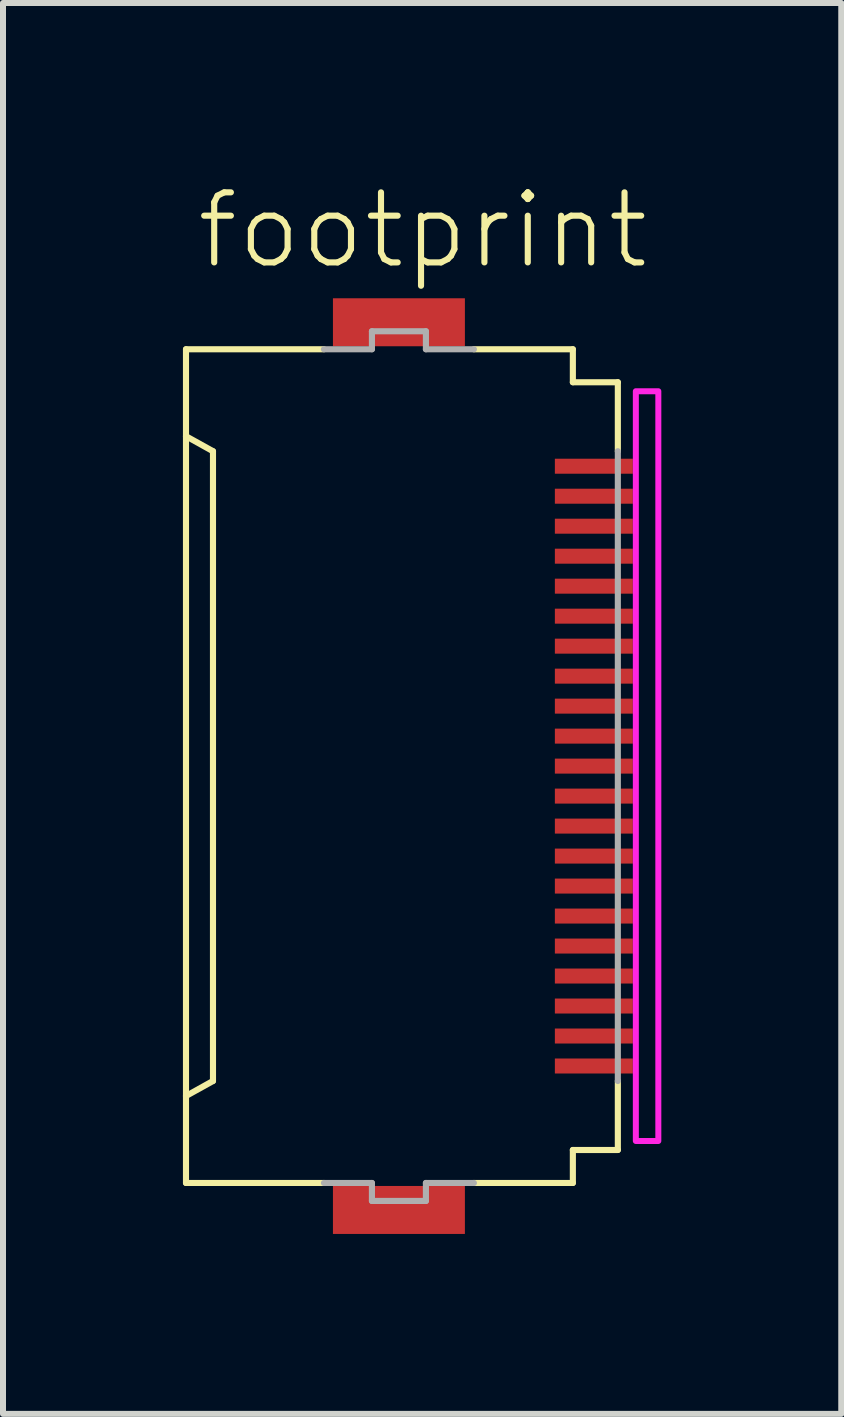
<source format=kicad_pcb>
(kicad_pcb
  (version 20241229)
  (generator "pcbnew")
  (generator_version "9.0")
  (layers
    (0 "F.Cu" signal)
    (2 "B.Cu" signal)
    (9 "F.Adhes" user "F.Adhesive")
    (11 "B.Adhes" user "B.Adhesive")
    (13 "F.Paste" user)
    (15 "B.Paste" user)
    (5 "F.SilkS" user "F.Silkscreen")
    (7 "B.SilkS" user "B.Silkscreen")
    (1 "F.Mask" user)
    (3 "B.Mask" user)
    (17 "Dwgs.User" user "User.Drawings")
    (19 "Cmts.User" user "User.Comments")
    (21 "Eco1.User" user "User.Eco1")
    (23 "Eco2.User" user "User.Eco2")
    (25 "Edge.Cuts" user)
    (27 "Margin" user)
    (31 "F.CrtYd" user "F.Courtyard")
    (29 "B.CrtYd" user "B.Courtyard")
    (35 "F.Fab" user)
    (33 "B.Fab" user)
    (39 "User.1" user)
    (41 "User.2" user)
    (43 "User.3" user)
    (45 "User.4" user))
  (footprint "footprint"
    (layer "F.Cu")
    (at 3.676 9.723)
    (property "Reference" "footprint" (at -3.5 -8.25 0) (layer "F.SilkS") (effects (font (size 1.168 1.168) (thickness 0.102)) (justify left bottom)))
    (fp_poly (pts (xy 2.475 -4.825) (xy 3.875 -4.825) (xy 3.875 -5.175) (xy 2.475 -5.175)) (stroke (width 0) (type solid)) (fill yes) (layer "F.Mask"))
    (fp_poly (pts (xy 2.475 -4.325) (xy 3.875 -4.325) (xy 3.875 -4.675) (xy 2.475 -4.675)) (stroke (width 0) (type solid)) (fill yes) (layer "F.Mask"))
    (fp_poly (pts (xy 2.475 -3.825) (xy 3.875 -3.825) (xy 3.875 -4.175) (xy 2.475 -4.175)) (stroke (width 0) (type solid)) (fill yes) (layer "F.Mask"))
    (fp_poly (pts (xy 2.475 -3.325) (xy 3.875 -3.325) (xy 3.875 -3.675) (xy 2.475 -3.675)) (stroke (width 0) (type solid)) (fill yes) (layer "F.Mask"))
    (fp_poly (pts (xy 2.475 -2.825) (xy 3.875 -2.825) (xy 3.875 -3.175) (xy 2.475 -3.175)) (stroke (width 0) (type solid)) (fill yes) (layer "F.Mask"))
    (fp_poly (pts (xy 2.475 -2.325) (xy 3.875 -2.325) (xy 3.875 -2.675) (xy 2.475 -2.675)) (stroke (width 0) (type solid)) (fill yes) (layer "F.Mask"))
    (fp_poly (pts (xy 2.475 -1.825) (xy 3.875 -1.825) (xy 3.875 -2.175) (xy 2.475 -2.175)) (stroke (width 0) (type solid)) (fill yes) (layer "F.Mask"))
    (fp_poly (pts (xy 2.475 -1.325) (xy 3.875 -1.325) (xy 3.875 -1.675) (xy 2.475 -1.675)) (stroke (width 0) (type solid)) (fill yes) (layer "F.Mask"))
    (fp_poly (pts (xy 2.475 -0.825) (xy 3.875 -0.825) (xy 3.875 -1.175) (xy 2.475 -1.175)) (stroke (width 0) (type solid)) (fill yes) (layer "F.Mask"))
    (fp_poly (pts (xy 2.475 -0.325) (xy 3.875 -0.325) (xy 3.875 -0.675) (xy 2.475 -0.675)) (stroke (width 0) (type solid)) (fill yes) (layer "F.Mask"))
    (fp_poly (pts (xy 2.475 0.175) (xy 3.875 0.175) (xy 3.875 -0.175) (xy 2.475 -0.175)) (stroke (width 0) (type solid)) (fill yes) (layer "F.Mask"))
    (fp_poly (pts (xy 2.475 0.675) (xy 3.875 0.675) (xy 3.875 0.325) (xy 2.475 0.325)) (stroke (width 0) (type solid)) (fill yes) (layer "F.Mask"))
    (fp_poly (pts (xy 2.475 1.175) (xy 3.875 1.175) (xy 3.875 0.825) (xy 2.475 0.825)) (stroke (width 0) (type solid)) (fill yes) (layer "F.Mask"))
    (fp_poly (pts (xy 2.475 1.675) (xy 3.875 1.675) (xy 3.875 1.325) (xy 2.475 1.325)) (stroke (width 0) (type solid)) (fill yes) (layer "F.Mask"))
    (fp_poly (pts (xy 2.475 2.175) (xy 3.875 2.175) (xy 3.875 1.825) (xy 2.475 1.825)) (stroke (width 0) (type solid)) (fill yes) (layer "F.Mask"))
    (fp_poly (pts (xy 2.475 2.675) (xy 3.875 2.675) (xy 3.875 2.325) (xy 2.475 2.325)) (stroke (width 0) (type solid)) (fill yes) (layer "F.Mask"))
    (fp_poly (pts (xy 2.475 3.175) (xy 3.875 3.175) (xy 3.875 2.825) (xy 2.475 2.825)) (stroke (width 0) (type solid)) (fill yes) (layer "F.Mask"))
    (fp_poly (pts (xy 2.475 3.675) (xy 3.875 3.675) (xy 3.875 3.325) (xy 2.475 3.325)) (stroke (width 0) (type solid)) (fill yes) (layer "F.Mask"))
    (fp_poly (pts (xy 2.475 4.175) (xy 3.875 4.175) (xy 3.875 3.825) (xy 2.475 3.825)) (stroke (width 0) (type solid)) (fill yes) (layer "F.Mask"))
    (fp_poly (pts (xy 2.475 4.675) (xy 3.875 4.675) (xy 3.875 4.325) (xy 2.475 4.325)) (stroke (width 0) (type solid)) (fill yes) (layer "F.Mask"))
    (fp_poly (pts (xy 2.475 5.175) (xy 3.875 5.175) (xy 3.875 4.825) (xy 2.475 4.825)) (stroke (width 0) (type solid)) (fill yes) (layer "F.Mask"))
    (fp_line (start -3.625 -6.95) (end -1.325 -6.95) (stroke (width 0.102) (type solid)) (layer "F.SilkS"))
    (fp_line (start -3.625 -5.5) (end -3.625 -6.95) (stroke (width 0.102) (type solid)) (layer "F.SilkS"))
    (fp_line (start -3.625 -5.5) (end -3.625 5.5) (stroke (width 0.102) (type solid)) (layer "F.SilkS"))
    (fp_line (start -3.625 5.5) (end -3.175 5.25) (stroke (width 0.102) (type solid)) (layer "F.SilkS"))
    (fp_line (start -3.625 6.95) (end -3.625 5.5) (stroke (width 0.102) (type solid)) (layer "F.SilkS"))
    (fp_line (start -3.175 -5.25) (end -3.625 -5.5) (stroke (width 0.102) (type solid)) (layer "F.SilkS"))
    (fp_line (start -3.175 5.25) (end -3.175 -5.25) (stroke (width 0.102) (type solid)) (layer "F.SilkS"))
    (fp_line (start -1.325 6.95) (end -3.625 6.95) (stroke (width 0.102) (type solid)) (layer "F.SilkS"))
    (fp_line (start 1.175 -6.95) (end 2.825 -6.95) (stroke (width 0.102) (type solid)) (layer "F.SilkS"))
    (fp_line (start 1.175 6.95) (end 2.825 6.95) (stroke (width 0.102) (type solid)) (layer "F.SilkS"))
    (fp_line (start 2.825 -6.95) (end 2.825 -6.4) (stroke (width 0.102) (type solid)) (layer "F.SilkS"))
    (fp_line (start 2.825 -6.4) (end 3.575 -6.4) (stroke (width 0.102) (type solid)) (layer "F.SilkS"))
    (fp_line (start 2.825 6.4) (end 2.825 6.95) (stroke (width 0.102) (type solid)) (layer "F.SilkS"))
    (fp_line (start 2.825 6.4) (end 3.575 6.4) (stroke (width 0.102) (type solid)) (layer "F.SilkS"))
    (fp_line (start 3.575 -6.4) (end 3.575 -5.25) (stroke (width 0.102) (type solid)) (layer "F.SilkS"))
    (fp_line (start 3.575 5.25) (end 3.575 6.4) (stroke (width 0.102) (type solid)) (layer "F.SilkS"))
    (fp_poly (pts (xy 3.875 6.25) (xy 4.25 6.25) (xy 4.25 -6.25) (xy 3.875 -6.25)) (stroke (width 0.1) (type solid)) (fill no) (layer "F.CrtYd"))
    (fp_line (start -1.325 -6.95) (end -0.525 -6.95) (stroke (width 0.102) (type solid)) (layer "F.Fab"))
    (fp_line (start -0.525 -7.25) (end 0.375 -7.25) (stroke (width 0.102) (type solid)) (layer "F.Fab"))
    (fp_line (start -0.525 -6.95) (end -0.525 -7.25) (stroke (width 0.102) (type solid)) (layer "F.Fab"))
    (fp_line (start -0.525 6.95) (end -1.325 6.95) (stroke (width 0.102) (type solid)) (layer "F.Fab"))
    (fp_line (start -0.525 7.25) (end -0.525 6.95) (stroke (width 0.102) (type solid)) (layer "F.Fab"))
    (fp_line (start 0.375 -7.25) (end 0.375 -6.95) (stroke (width 0.102) (type solid)) (layer "F.Fab"))
    (fp_line (start 0.375 -6.95) (end 1.175 -6.95) (stroke (width 0.102) (type solid)) (layer "F.Fab"))
    (fp_line (start 0.375 6.95) (end 0.375 7.25) (stroke (width 0.102) (type solid)) (layer "F.Fab"))
    (fp_line (start 0.375 7.25) (end -0.525 7.25) (stroke (width 0.102) (type solid)) (layer "F.Fab"))
    (fp_line (start 1.175 6.95) (end 0.375 6.95) (stroke (width 0.102) (type solid)) (layer "F.Fab"))
    (fp_line (start 3.575 -5.25) (end 3.575 5.25) (stroke (width 0.102) (type solid)) (layer "F.Fab"))
    (pad "1" smd rect (at 3.175 -5) (size 1.3 0.25) (layers "F.Cu" "F.Paste"))
    (pad "2" smd rect (at 3.175 -4.5) (size 1.3 0.25) (layers "F.Cu" "F.Paste"))
    (pad "3" smd rect (at 3.175 -4) (size 1.3 0.25) (layers "F.Cu" "F.Paste"))
    (pad "4" smd rect (at 3.175 -3.5) (size 1.3 0.25) (layers "F.Cu" "F.Paste"))
    (pad "5" smd rect (at 3.175 -3) (size 1.3 0.25) (layers "F.Cu" "F.Paste"))
    (pad "6" smd rect (at 3.175 -2.5) (size 1.3 0.25) (layers "F.Cu" "F.Paste"))
    (pad "7" smd rect (at 3.175 -2) (size 1.3 0.25) (layers "F.Cu" "F.Paste"))
    (pad "8" smd rect (at 3.175 -1.5) (size 1.3 0.25) (layers "F.Cu" "F.Paste"))
    (pad "9" smd rect (at 3.175 -1) (size 1.3 0.25) (layers "F.Cu" "F.Paste"))
    (pad "10" smd rect (at 3.175 -0.5) (size 1.3 0.25) (layers "F.Cu" "F.Paste"))
    (pad "11" smd rect (at 3.175 0) (size 1.3 0.25) (layers "F.Cu" "F.Paste"))
    (pad "12" smd rect (at 3.175 0.5) (size 1.3 0.25) (layers "F.Cu" "F.Paste"))
    (pad "13" smd rect (at 3.175 1) (size 1.3 0.25) (layers "F.Cu" "F.Paste"))
    (pad "14" smd rect (at 3.175 1.5) (size 1.3 0.25) (layers "F.Cu" "F.Paste"))
    (pad "15" smd rect (at 3.175 2) (size 1.3 0.25) (layers "F.Cu" "F.Paste"))
    (pad "16" smd rect (at 3.175 2.5) (size 1.3 0.25) (layers "F.Cu" "F.Paste"))
    (pad "17" smd rect (at 3.175 3) (size 1.3 0.25) (layers "F.Cu" "F.Paste"))
    (pad "18" smd rect (at 3.175 3.5) (size 1.3 0.25) (layers "F.Cu" "F.Paste"))
    (pad "19" smd rect (at 3.175 4) (size 1.3 0.25) (layers "F.Cu" "F.Paste"))
    (pad "20" smd rect (at 3.175 4.5) (size 1.3 0.25) (layers "F.Cu" "F.Paste"))
    (pad "21" smd rect (at 3.175 5) (size 1.3 0.25) (layers "F.Cu" "F.Paste"))
    (pad "M1" smd rect (at -0.075 -7.4) (size 2.2 0.8) (layers "F.Cu" "F.Mask" "F.Paste"))
    (pad "M2" smd rect (at -0.075 7.4) (size 2.2 0.8) (layers "F.Cu" "F.Mask" "F.Paste"))
    (zone (net_name "") (layers "F.Cu" "B.Cu") (hatch edge 0.508) (connect_pads) (min_thickness 0.254) (filled_areas_thickness no) (keepout (tracks allowed) (vias not_allowed) (pads allowed) (copperpour allowed) (footprints allowed)) (placement (enabled no)) (fill) (polygon (pts (xy 3.901 14.973) (xy 6.151 14.973) (xy 6.151 4.473) (xy 3.901 4.473)))))
  (gr_rect
    (start -3 -3)
    (end 10.976 20.523)
    (stroke (width 0.1) (type default))
    (fill no)
    (layer "Edge.Cuts")))
</source>
